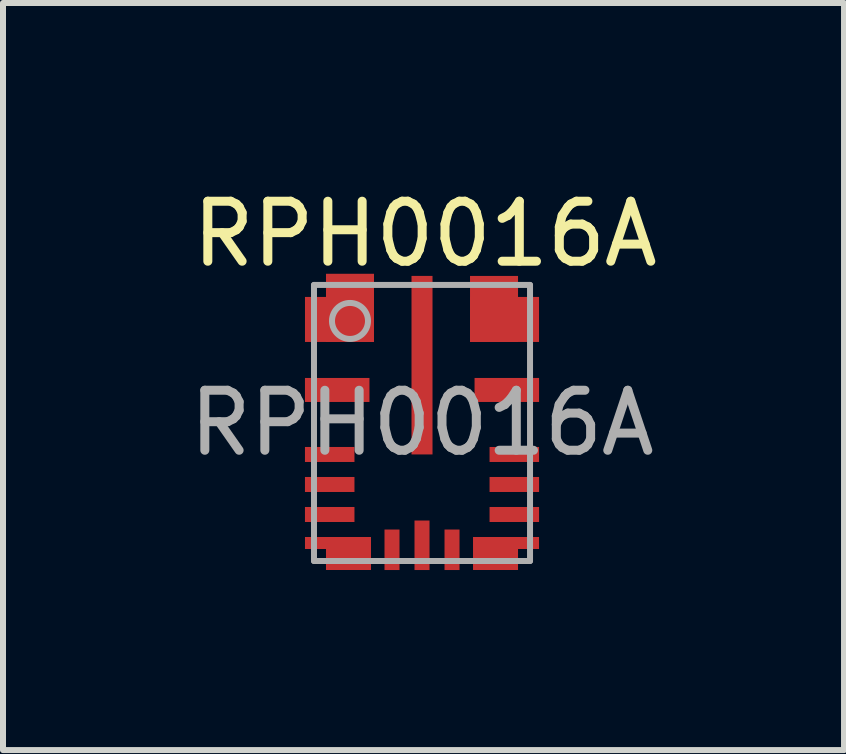
<source format=kicad_pcb>
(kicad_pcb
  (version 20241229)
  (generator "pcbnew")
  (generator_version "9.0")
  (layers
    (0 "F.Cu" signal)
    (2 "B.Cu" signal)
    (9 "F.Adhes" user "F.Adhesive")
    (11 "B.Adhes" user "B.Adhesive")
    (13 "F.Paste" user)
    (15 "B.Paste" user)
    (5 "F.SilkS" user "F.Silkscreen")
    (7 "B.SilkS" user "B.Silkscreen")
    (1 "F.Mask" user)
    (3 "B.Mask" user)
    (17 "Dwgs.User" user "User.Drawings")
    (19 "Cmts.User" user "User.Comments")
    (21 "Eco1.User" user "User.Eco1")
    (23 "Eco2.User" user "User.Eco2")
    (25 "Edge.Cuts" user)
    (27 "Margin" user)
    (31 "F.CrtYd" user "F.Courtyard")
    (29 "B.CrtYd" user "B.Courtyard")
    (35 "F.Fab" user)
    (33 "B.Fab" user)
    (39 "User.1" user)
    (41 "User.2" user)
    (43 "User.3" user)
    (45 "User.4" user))
  (footprint "RPH0016A"
    (layer "F.Cu")
    (at 3.982 3.998)
    (property "Reference" "RPH0016A" (at 0.05 -3.15 0) (unlocked yes) (layer "F.SilkS") (effects (font (size 1 1) (thickness 0.15))))
    (attr smd)
    (fp_poly (pts (xy -0.85 2.35) (xy -0.9 2.4) (xy -1.52 2.4) (xy -1.57 2.35) (xy -1.57 2.15) (xy -1.62 2.1) (xy -1.9 2.1) (xy -1.95 2.05) (xy -1.95 1.95) (xy -1.9 1.9) (xy -0.9 1.9) (xy -0.85 1.95)) (stroke (width 0) (type solid)) (fill yes) (layer "F.Paste"))
    (fp_poly (pts (xy 0.8 -1.4) (xy 0.8 -2.34) (xy 0.85 -2.39) (xy 1.49 -2.39) (xy 1.54 -2.34) (xy 1.54 -2.09) (xy 1.59 -2.04) (xy 1.79 -2.04) (xy 1.84 -1.99) (xy 1.84 -1.4) (xy 1.79 -1.35) (xy 0.85 -1.35)) (stroke (width 0) (type solid)) (fill yes) (layer "F.Paste"))
    (fp_poly (pts (xy 0.85 2.35) (xy 0.9 2.4) (xy 1.52 2.4) (xy 1.57 2.35) (xy 1.57 2.15) (xy 1.62 2.1) (xy 1.9 2.1) (xy 1.95 2.05) (xy 1.95 1.95) (xy 1.9 1.9) (xy 0.9 1.9) (xy 0.85 1.95)) (stroke (width 0) (type solid)) (fill yes) (layer "F.Paste"))
    (fp_line (start -1.8 -2.3) (end 1.8 -2.3) (stroke (width 0.1) (type solid)) (layer "F.Fab"))
    (fp_line (start -1.8 2.3) (end -1.8 -2.3) (stroke (width 0.1) (type solid)) (layer "F.Fab"))
    (fp_line (start -1.8 2.3) (end 1.8 2.3) (stroke (width 0.1) (type solid)) (layer "F.Fab"))
    (fp_line (start 1.8 2.3) (end 1.8 -2.3) (stroke (width 0.1) (type solid)) (layer "F.Fab"))
    (fp_circle (center -1.2 -1.7) (end -0.9 -1.7) (stroke (width 0.1) (type solid)) (fill no) (layer "F.Fab"))
    (fp_text user "${REFERENCE}" (at 0 0 0) (unlocked yes) (layer "F.Fab") (effects (font (size 1 1) (thickness 0.15))))
    (pad "1" smd rect (at -1.375 -1.725 90) (size 0.75 1.15) (layers "F.Cu" "F.Mask"))
    (pad "1" smd rect (at -1.2 -1.918) (size 0.8 1.136) (layers "F.Cu" "F.Mask"))
    (pad "2" smd rect (at -1.413 -0.55) (size 1.075 0.4) (layers "F.Cu" "F.Mask" "F.Paste"))
    (pad "3" smd rect (at -1.538 0.525) (size 0.825 0.25) (layers "F.Cu" "F.Mask" "F.Paste"))
    (pad "4" smd rect (at -1.538 1.025) (size 0.825 0.25) (layers "F.Cu" "F.Mask" "F.Paste"))
    (pad "5" smd rect (at -1.538 1.525) (size 0.825 0.25) (layers "F.Cu" "F.Mask" "F.Paste"))
    (pad "6" smd rect (at -1.4 2) (size 1.1 0.2) (layers "F.Cu" "F.Mask"))
    (pad "6" smd rect (at -1.225 2.275) (size 0.75 0.35) (layers "F.Cu" "F.Mask"))
    (pad "7" smd rect (at -0.5 2.113 90) (size 0.675 0.25) (layers "F.Cu" "F.Mask" "F.Paste"))
    (pad "8" smd rect (at 0 2.038 90) (size 0.825 0.25) (layers "F.Cu" "F.Mask" "F.Paste"))
    (pad "9" smd rect (at 0.5 2.113 90) (size 0.675 0.25) (layers "F.Cu" "F.Mask" "F.Paste"))
    (pad "10" smd rect (at 1.225 2.275) (size 0.75 0.35) (layers "F.Cu" "F.Mask"))
    (pad "10" smd rect (at 1.4 2) (size 1.1 0.2) (layers "F.Cu" "F.Mask"))
    (pad "11" smd rect (at 1.538 1.525) (size 0.825 0.25) (layers "F.Cu" "F.Mask" "F.Paste"))
    (pad "12" smd rect (at 1.538 1.025) (size 0.825 0.25) (layers "F.Cu" "F.Mask" "F.Paste"))
    (pad "13" smd rect (at 1.538 0.525) (size 0.825 0.25) (layers "F.Cu" "F.Mask" "F.Paste"))
    (pad "14" smd rect (at 1.413 -0.55) (size 1.075 0.4) (layers "F.Cu" "F.Mask" "F.Paste"))
    (pad "15" smd rect (at 1.2 -1.9) (size 0.8 1.1) (layers "F.Cu" "F.Mask"))
    (pad "15" smd rect (at 1.375 -1.725 90) (size 0.75 1.15) (layers "F.Cu" "F.Mask"))
    (pad "16" smd rect (at 0 -0.963 90) (size 2.975 0.35) (layers "F.Cu" "F.Mask" "F.Paste")))
  (gr_rect
    (start -3 -3)
    (end 11.014 9.449)
    (stroke (width 0.1) (type default))
    (fill no)
    (layer "Edge.Cuts")))
</source>
